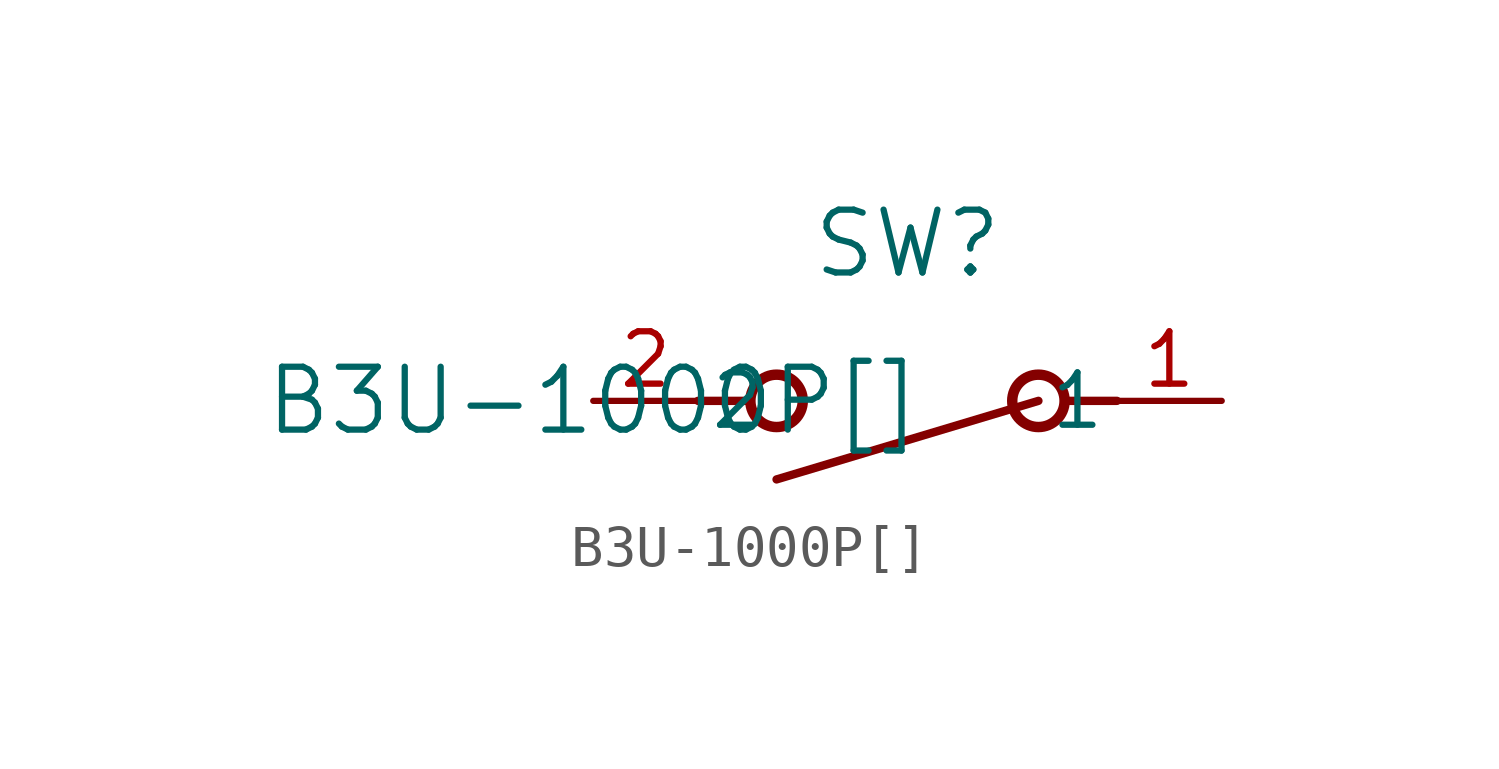
<source format=kicad_sym>
(kicad_symbol_lib
  (version 20211014)
  (generator kicad_symbol_editor)
  (symbol "B3U-1000P[]"
    (pin_names
      (offset 0.254))
    (property "Reference" "SW"
      (at 7.62 3.81 0)
      (effects (font (size 1.524 1.524))))
    (property "Value" "B3U-1000P[]"
      (at 0 0 0)
      (effects (font (size 1.524 1.524))))
    (symbol "B3U-1000P[]_0_1"
      (polyline (pts (xy 2.54 0) (xy 3.81 0)) (stroke (width 0.203) (type default) (color 0 0 0 0)) (fill (type none)))
      (circle (center 10.795 0) (radius 0.635) (stroke (width 0.254) (type default) (color 0 0 0 0)) (fill (type none)))
      (circle (center 4.445 0) (radius 0.635) (stroke (width 0.254) (type default) (color 0 0 0 0)) (fill (type none)))
      (polyline (pts (xy 12.7 0) (xy 11.43 0)) (stroke (width 0.203) (type default) (color 0 0 0 0)) (fill (type none)))
      (polyline (pts (xy 4.445 -1.905) (xy 10.795 0)) (stroke (width 0.203) (type default) (color 0 0 0 0)) (fill (type none)))
      (pin unspecified line (at 15.24 0 180) (length 2.54) (name "1" (effects (font (size 1.27 1.27)))) (number "1" (effects (font (size 1.27 1.27)))))
      (pin unspecified line (at 0 0 0) (length 2.54) (name "2" (effects (font (size 1.27 1.27)))) (number "2" (effects (font (size 1.27 1.27))))))))
</source>
